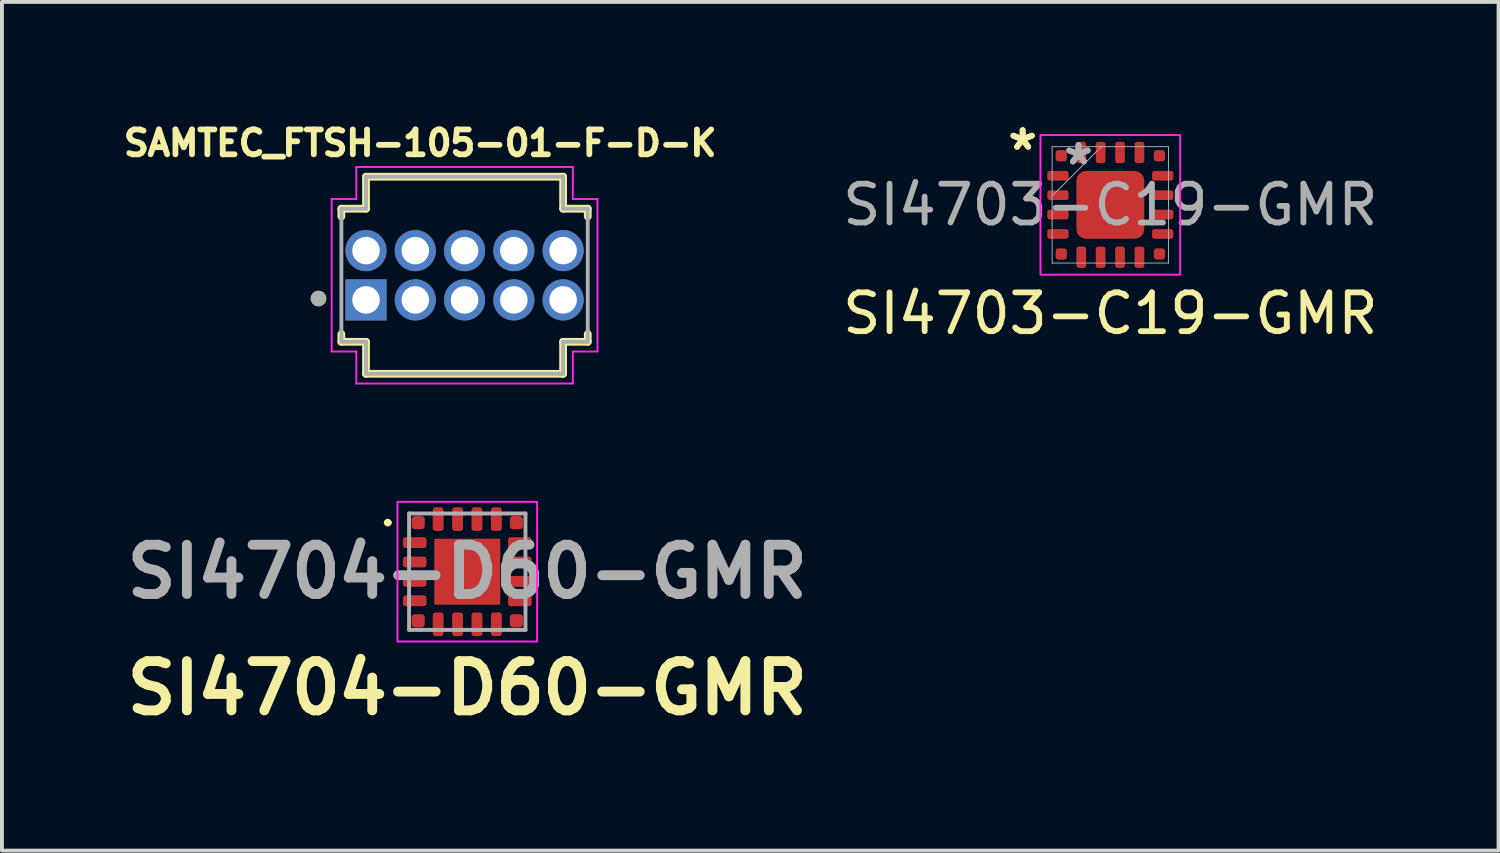
<source format=kicad_pcb>
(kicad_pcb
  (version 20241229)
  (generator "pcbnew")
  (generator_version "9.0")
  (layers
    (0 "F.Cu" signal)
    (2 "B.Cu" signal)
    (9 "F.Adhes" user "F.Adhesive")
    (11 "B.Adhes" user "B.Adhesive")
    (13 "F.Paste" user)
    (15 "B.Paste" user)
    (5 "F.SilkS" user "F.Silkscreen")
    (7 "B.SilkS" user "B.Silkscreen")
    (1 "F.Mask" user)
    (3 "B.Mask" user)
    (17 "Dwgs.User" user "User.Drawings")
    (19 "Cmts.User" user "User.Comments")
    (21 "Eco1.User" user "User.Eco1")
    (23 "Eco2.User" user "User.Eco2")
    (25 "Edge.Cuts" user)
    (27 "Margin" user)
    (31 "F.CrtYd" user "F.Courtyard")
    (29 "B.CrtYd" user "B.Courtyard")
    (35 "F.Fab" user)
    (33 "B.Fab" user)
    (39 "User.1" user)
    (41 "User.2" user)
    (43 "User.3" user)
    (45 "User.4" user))
  (footprint "SAMTEC_FTSH-105-01-F-D-K"
    (layer "F.Cu")
    (at 8.923 4.044)
    (property "Reference" "SAMTEC_FTSH-105-01-F-D-K" (at -1.143 -3.406 0) (layer "F.SilkS") (effects (font (size 0.64 0.64) (thickness 0.15))))
    (attr through_hole)
    (fp_line (start -3.175 -1.715) (end -3.175 -1.515) (stroke (width 0.2) (type solid)) (layer "F.SilkS"))
    (fp_line (start -3.175 -1.715) (end -2.54 -1.715) (stroke (width 0.2) (type solid)) (layer "F.SilkS"))
    (fp_line (start -3.175 1.715) (end -3.175 1.515) (stroke (width 0.2) (type solid)) (layer "F.SilkS"))
    (fp_line (start -3.175 1.715) (end -2.54 1.715) (stroke (width 0.2) (type solid)) (layer "F.SilkS"))
    (fp_line (start -2.54 -2.54) (end 2.54 -2.54) (stroke (width 0.2) (type solid)) (layer "F.SilkS"))
    (fp_line (start -2.54 -1.715) (end -2.54 -2.54) (stroke (width 0.2) (type solid)) (layer "F.SilkS"))
    (fp_line (start -2.54 1.715) (end -2.54 2.54) (stroke (width 0.2) (type solid)) (layer "F.SilkS"))
    (fp_line (start -2.54 2.54) (end 2.54 2.54) (stroke (width 0.2) (type solid)) (layer "F.SilkS"))
    (fp_line (start 2.54 -2.54) (end 2.54 -1.715) (stroke (width 0.2) (type solid)) (layer "F.SilkS"))
    (fp_line (start 2.54 -1.715) (end 3.175 -1.715) (stroke (width 0.2) (type solid)) (layer "F.SilkS"))
    (fp_line (start 2.54 1.715) (end 3.175 1.715) (stroke (width 0.2) (type solid)) (layer "F.SilkS"))
    (fp_line (start 2.54 2.54) (end 2.54 1.715) (stroke (width 0.2) (type solid)) (layer "F.SilkS"))
    (fp_line (start 3.175 -1.715) (end 3.175 -1.515) (stroke (width 0.2) (type solid)) (layer "F.SilkS"))
    (fp_line (start 3.175 1.715) (end 3.175 1.515) (stroke (width 0.2) (type solid)) (layer "F.SilkS"))
    (fp_circle (center -3.765 0.6) (end -3.665 0.6) (stroke (width 0.2) (type solid)) (fill no) (layer "F.SilkS"))
    (fp_line (start -3.425 -1.965) (end -2.79 -1.965) (stroke (width 0.05) (type solid)) (layer "F.CrtYd"))
    (fp_line (start -3.425 1.965) (end -3.425 -1.965) (stroke (width 0.05) (type solid)) (layer "F.CrtYd"))
    (fp_line (start -2.79 -2.79) (end 2.79 -2.79) (stroke (width 0.05) (type solid)) (layer "F.CrtYd"))
    (fp_line (start -2.79 -1.965) (end -2.79 -2.79) (stroke (width 0.05) (type solid)) (layer "F.CrtYd"))
    (fp_line (start -2.79 1.965) (end -3.425 1.965) (stroke (width 0.05) (type solid)) (layer "F.CrtYd"))
    (fp_line (start -2.79 2.79) (end -2.79 1.965) (stroke (width 0.05) (type solid)) (layer "F.CrtYd"))
    (fp_line (start 2.79 -2.79) (end 2.79 -1.965) (stroke (width 0.05) (type solid)) (layer "F.CrtYd"))
    (fp_line (start 2.79 -1.965) (end 3.425 -1.965) (stroke (width 0.05) (type solid)) (layer "F.CrtYd"))
    (fp_line (start 2.79 1.965) (end 2.79 2.79) (stroke (width 0.05) (type solid)) (layer "F.CrtYd"))
    (fp_line (start 2.79 2.79) (end -2.79 2.79) (stroke (width 0.05) (type solid)) (layer "F.CrtYd"))
    (fp_line (start 3.425 1.965) (end 2.79 1.965) (stroke (width 0.05) (type solid)) (layer "F.CrtYd"))
    (fp_line (start 3.425 1.965) (end 3.425 -1.965) (stroke (width 0.05) (type solid)) (layer "F.CrtYd"))
    (fp_line (start -3.175 -1.715) (end -3.175 1.715) (stroke (width 0.1) (type solid)) (layer "F.Fab"))
    (fp_line (start -3.175 1.715) (end -2.54 1.715) (stroke (width 0.1) (type solid)) (layer "F.Fab"))
    (fp_line (start -2.54 -2.54) (end 2.54 -2.54) (stroke (width 0.1) (type solid)) (layer "F.Fab"))
    (fp_line (start -2.54 -1.715) (end -3.175 -1.715) (stroke (width 0.1) (type solid)) (layer "F.Fab"))
    (fp_line (start -2.54 -1.715) (end -2.54 -2.54) (stroke (width 0.1) (type solid)) (layer "F.Fab"))
    (fp_line (start -2.54 1.715) (end -2.54 2.54) (stroke (width 0.1) (type solid)) (layer "F.Fab"))
    (fp_line (start -2.54 2.54) (end 2.54 2.54) (stroke (width 0.1) (type solid)) (layer "F.Fab"))
    (fp_line (start 2.54 -2.54) (end 2.54 -1.715) (stroke (width 0.1) (type solid)) (layer "F.Fab"))
    (fp_line (start 2.54 1.715) (end 3.175 1.715) (stroke (width 0.1) (type solid)) (layer "F.Fab"))
    (fp_line (start 2.54 2.54) (end 2.54 1.715) (stroke (width 0.1) (type solid)) (layer "F.Fab"))
    (fp_line (start 3.175 -1.715) (end 2.54 -1.715) (stroke (width 0.1) (type solid)) (layer "F.Fab"))
    (fp_line (start 3.175 1.715) (end 3.175 -1.715) (stroke (width 0.1) (type solid)) (layer "F.Fab"))
    (fp_circle (center -3.765 0.6) (end -3.665 0.6) (stroke (width 0.2) (type solid)) (fill no) (layer "F.Fab"))
    (pad "1" thru_hole rect (at -2.54 0.635) (size 1.06 1.06) (drill 0.71) (layers "*.Cu" "*.Mask"))
    (pad "2" thru_hole circle (at -2.54 -0.635) (size 1.06 1.06) (drill 0.71) (layers "*.Cu" "*.Mask"))
    (pad "3" thru_hole circle (at -1.27 0.635) (size 1.06 1.06) (drill 0.71) (layers "*.Cu" "*.Mask"))
    (pad "4" thru_hole circle (at -1.27 -0.635) (size 1.06 1.06) (drill 0.71) (layers "*.Cu" "*.Mask"))
    (pad "5" thru_hole circle (at 0 0.635) (size 1.06 1.06) (drill 0.71) (layers "*.Cu" "*.Mask"))
    (pad "6" thru_hole circle (at 0 -0.635) (size 1.06 1.06) (drill 0.71) (layers "*.Cu" "*.Mask"))
    (pad "7" thru_hole circle (at 1.27 0.635) (size 1.06 1.06) (drill 0.71) (layers "*.Cu" "*.Mask"))
    (pad "8" thru_hole circle (at 1.27 -0.635) (size 1.06 1.06) (drill 0.71) (layers "*.Cu" "*.Mask"))
    (pad "9" thru_hole circle (at 2.54 0.635) (size 1.06 1.06) (drill 0.71) (layers "*.Cu" "*.Mask"))
    (pad "10" thru_hole circle (at 2.54 -0.635) (size 1.06 1.06) (drill 0.71) (layers "*.Cu" "*.Mask")))
  (footprint "SI4704-D60-GMR"
    (layer "F.Cu")
    (at 8.993 11.684)
    (property "Reference" "SI4704-D60-GMR" (at 0 3 0) (layer "F.SilkS") (effects (font (size 1.27 1.27) (thickness 0.254))))
    (attr smd)
    (fp_line (start -2.1 -1.265) (end -2.1 -1.265) (stroke (width 0.1) (type solid)) (layer "F.SilkS"))
    (fp_line (start -2 -1.265) (end -2 -1.265) (stroke (width 0.1) (type solid)) (layer "F.SilkS"))
    (fp_arc (start -2.1 -1.265) (mid -2.05 -1.315) (end -2 -1.265) (stroke (width 0.1) (type solid)) (layer "F.SilkS"))
    (fp_arc (start -2 -1.265) (mid -2.05 -1.215) (end -2.1 -1.265) (stroke (width 0.1) (type solid)) (layer "F.SilkS"))
    (fp_rect (start -1.8 -1.8) (end 1.8 1.8) (stroke (width 0.05) (type default)) (fill no) (layer "F.CrtYd"))
    (fp_line (start -1.5 -1.5) (end -1.5 1.5) (stroke (width 0.1) (type solid)) (layer "F.Fab"))
    (fp_line (start -1.5 1.5) (end 1.5 1.5) (stroke (width 0.1) (type solid)) (layer "F.Fab"))
    (fp_line (start 1.5 -1.5) (end -1.5 -1.5) (stroke (width 0.1) (type solid)) (layer "F.Fab"))
    (fp_line (start 1.5 1.5) (end 1.5 -1.5) (stroke (width 0.1) (type solid)) (layer "F.Fab"))
    (fp_text user "${REFERENCE}" (at 0 0 0) (layer "F.Fab") (effects (font (size 1.27 1.27) (thickness 0.254))))
    (pad "1" smd roundrect (at -1.265 -1.265 90) (size 0.34 0.34) (layers "F.Cu" "F.Mask" "F.Paste") (roundrect_rratio 0.25))
    (pad "2" smd roundrect (at -1.355 -0.75 90) (size 0.28 0.61) (layers "F.Cu" "F.Mask" "F.Paste") (roundrect_rratio 0.25))
    (pad "3" smd roundrect (at -1.355 -0.25 90) (size 0.28 0.61) (layers "F.Cu" "F.Mask" "F.Paste") (roundrect_rratio 0.25))
    (pad "4" smd roundrect (at -1.355 0.25 90) (size 0.28 0.61) (layers "F.Cu" "F.Mask" "F.Paste") (roundrect_rratio 0.25))
    (pad "5" smd roundrect (at -1.355 0.75 90) (size 0.28 0.61) (layers "F.Cu" "F.Mask" "F.Paste") (roundrect_rratio 0.25))
    (pad "6" smd roundrect (at -1.265 1.265 90) (size 0.34 0.34) (layers "F.Cu" "F.Mask" "F.Paste") (roundrect_rratio 0.25))
    (pad "7" smd roundrect (at -0.75 1.355) (size 0.28 0.61) (layers "F.Cu" "F.Mask" "F.Paste") (roundrect_rratio 0.25))
    (pad "8" smd roundrect (at -0.25 1.355) (size 0.28 0.61) (layers "F.Cu" "F.Mask" "F.Paste") (roundrect_rratio 0.25))
    (pad "9" smd roundrect (at 0.25 1.355) (size 0.28 0.61) (layers "F.Cu" "F.Mask" "F.Paste") (roundrect_rratio 0.25))
    (pad "10" smd roundrect (at 0.75 1.355) (size 0.28 0.61) (layers "F.Cu" "F.Mask" "F.Paste") (roundrect_rratio 0.25))
    (pad "11" smd roundrect (at 1.265 1.265 90) (size 0.34 0.34) (layers "F.Cu" "F.Mask" "F.Paste") (roundrect_rratio 0.25))
    (pad "12" smd roundrect (at 1.355 0.75 90) (size 0.28 0.61) (layers "F.Cu" "F.Mask" "F.Paste") (roundrect_rratio 0.25))
    (pad "13" smd roundrect (at 1.355 0.25 90) (size 0.28 0.61) (layers "F.Cu" "F.Mask" "F.Paste") (roundrect_rratio 0.25))
    (pad "14" smd roundrect (at 1.355 -0.25 90) (size 0.28 0.61) (layers "F.Cu" "F.Mask" "F.Paste") (roundrect_rratio 0.25))
    (pad "15" smd roundrect (at 1.355 -0.75 90) (size 0.28 0.61) (layers "F.Cu" "F.Mask" "F.Paste") (roundrect_rratio 0.25))
    (pad "16" smd roundrect (at 1.265 -1.265 90) (size 0.34 0.34) (layers "F.Cu" "F.Mask" "F.Paste") (roundrect_rratio 0.25))
    (pad "17" smd roundrect (at 0.75 -1.355) (size 0.28 0.61) (layers "F.Cu" "F.Mask" "F.Paste") (roundrect_rratio 0.25))
    (pad "18" smd roundrect (at 0.25 -1.355) (size 0.28 0.61) (layers "F.Cu" "F.Mask" "F.Paste") (roundrect_rratio 0.25))
    (pad "19" smd roundrect (at -0.25 -1.355) (size 0.28 0.61) (layers "F.Cu" "F.Mask" "F.Paste") (roundrect_rratio 0.25))
    (pad "20" smd roundrect (at -0.75 -1.355) (size 0.28 0.61) (layers "F.Cu" "F.Mask" "F.Paste") (roundrect_rratio 0.25))
    (pad "21" smd rect (at 0 0) (size 1.7 1.7) (layers "F.Cu" "F.Mask" "F.Paste")))
  (footprint "SI4703-C19-GMR"
    (layer "F.Cu")
    (at 25.566 2.23)
    (property "Reference" "SI4703-C19-GMR" (at 0 2.8 0) (unlocked yes) (layer "F.SilkS") (effects (font (size 1 1) (thickness 0.15))))
    (attr smd)
    (fp_rect (start -1.8 -1.8) (end 1.8 1.8) (stroke (width 0.05) (type default)) (fill no) (layer "F.CrtYd"))
    (fp_line (start -1.5 -1.5) (end -1.5 1.5) (stroke (width 0.025) (type solid)) (layer "F.Fab"))
    (fp_line (start -1.5 -0.23) (end -0.23 -1.5) (stroke (width 0.025) (type solid)) (layer "F.Fab"))
    (fp_line (start -1.5 1.5) (end 1.5 1.5) (stroke (width 0.025) (type solid)) (layer "F.Fab"))
    (fp_line (start 1.5 -1.5) (end -1.5 -1.5) (stroke (width 0.025) (type solid)) (layer "F.Fab"))
    (fp_line (start 1.5 1.5) (end 1.5 -1.5) (stroke (width 0.025) (type solid)) (layer "F.Fab"))
    (fp_text user "*" (at -2.26 -1.381 0) (layer "F.SilkS") (effects (font (size 1 1) (thickness 0.15))))
    (fp_text user "*" (at -2.26 -1.381 0) (unlocked yes) (layer "F.SilkS") (effects (font (size 1 1) (thickness 0.15))))
    (fp_text user "*" (at -0.821 -1 0) (layer "F.Fab") (effects (font (size 1 1) (thickness 0.15))))
    (fp_text user "${REFERENCE}" (at 0 0 0) (unlocked yes) (layer "F.Fab") (effects (font (size 1 1) (thickness 0.15))))
    (fp_text user "*" (at -0.821 -1 0) (unlocked yes) (layer "F.Fab") (effects (font (size 1 1) (thickness 0.15))))
    (pad "1" smd roundrect (at -1.265 -1.265) (size 0.29 0.29) (layers "F.Cu" "F.Mask" "F.Paste") (roundrect_rratio 0.25))
    (pad "2" smd roundrect (at -1.35 -0.75 90) (size 0.25 0.55) (layers "F.Cu" "F.Mask" "F.Paste") (roundrect_rratio 0.25))
    (pad "3" smd roundrect (at -1.35 -0.25 90) (size 0.25 0.55) (layers "F.Cu" "F.Mask" "F.Paste") (roundrect_rratio 0.25))
    (pad "4" smd roundrect (at -1.35 0.25 90) (size 0.25 0.55) (layers "F.Cu" "F.Mask" "F.Paste") (roundrect_rratio 0.25))
    (pad "5" smd roundrect (at -1.35 0.75 90) (size 0.25 0.55) (layers "F.Cu" "F.Mask" "F.Paste") (roundrect_rratio 0.25))
    (pad "6" smd roundrect (at -1.265 1.265) (size 0.29 0.29) (layers "F.Cu" "F.Mask" "F.Paste") (roundrect_rratio 0.25))
    (pad "7" smd roundrect (at -0.75 1.35) (size 0.25 0.55) (layers "F.Cu" "F.Mask" "F.Paste") (roundrect_rratio 0.25))
    (pad "8" smd roundrect (at -0.25 1.35) (size 0.25 0.55) (layers "F.Cu" "F.Mask" "F.Paste") (roundrect_rratio 0.25))
    (pad "9" smd roundrect (at 0.25 1.35) (size 0.25 0.55) (layers "F.Cu" "F.Mask" "F.Paste") (roundrect_rratio 0.25))
    (pad "10" smd roundrect (at 0.75 1.35) (size 0.25 0.55) (layers "F.Cu" "F.Mask" "F.Paste") (roundrect_rratio 0.25))
    (pad "11" smd roundrect (at 1.265 1.265) (size 0.29 0.29) (layers "F.Cu" "F.Mask" "F.Paste") (roundrect_rratio 0.25))
    (pad "12" smd roundrect (at 1.35 0.75 90) (size 0.25 0.55) (layers "F.Cu" "F.Mask" "F.Paste") (roundrect_rratio 0.25))
    (pad "13" smd roundrect (at 1.35 0.25 90) (size 0.25 0.55) (layers "F.Cu" "F.Mask" "F.Paste") (roundrect_rratio 0.25))
    (pad "14" smd roundrect (at 1.35 -0.25 90) (size 0.25 0.55) (layers "F.Cu" "F.Mask" "F.Paste") (roundrect_rratio 0.25))
    (pad "15" smd roundrect (at 1.35 -0.75 90) (size 0.25 0.55) (layers "F.Cu" "F.Mask" "F.Paste") (roundrect_rratio 0.25))
    (pad "16" smd roundrect (at 1.265 -1.265) (size 0.29 0.29) (layers "F.Cu" "F.Mask" "F.Paste") (roundrect_rratio 0.25))
    (pad "17" smd roundrect (at 0.75 -1.35) (size 0.25 0.55) (layers "F.Cu" "F.Mask" "F.Paste") (roundrect_rratio 0.25))
    (pad "18" smd roundrect (at 0.25 -1.35) (size 0.25 0.55) (layers "F.Cu" "F.Mask" "F.Paste") (roundrect_rratio 0.25))
    (pad "19" smd roundrect (at -0.25 -1.35) (size 0.25 0.55) (layers "F.Cu" "F.Mask" "F.Paste") (roundrect_rratio 0.25))
    (pad "20" smd roundrect (at -0.75 -1.35) (size 0.25 0.55) (layers "F.Cu" "F.Mask" "F.Paste") (roundrect_rratio 0.25))
    (pad "21" smd roundrect (at 0 0) (size 1.75 1.75) (layers "F.Cu" "F.Mask" "F.Paste") (roundrect_rratio 0.143)))
  (gr_rect
    (start -3 -3)
    (end 35.572 18.873)
    (stroke (width 0.1) (type default))
    (fill no)
    (layer "Edge.Cuts")))
</source>
